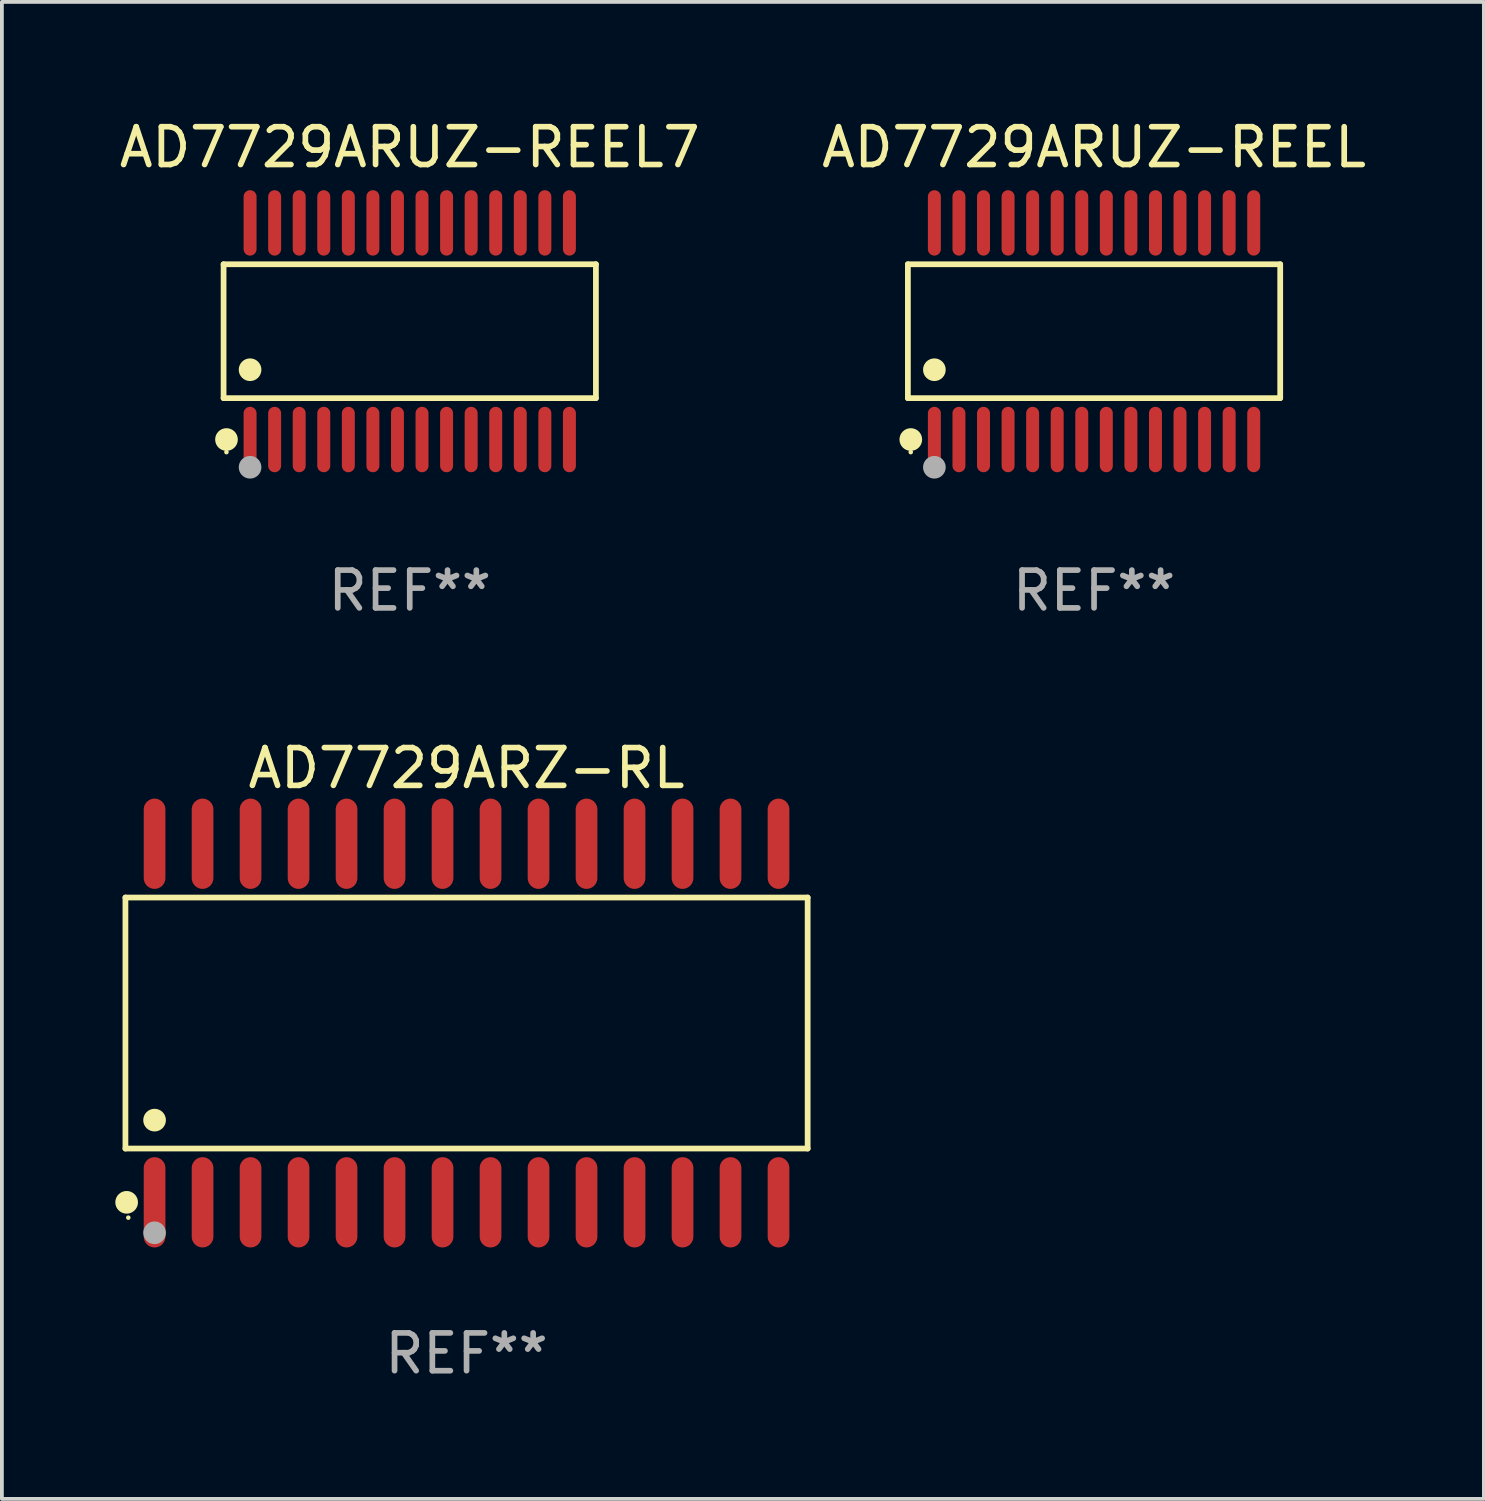
<source format=kicad_pcb>
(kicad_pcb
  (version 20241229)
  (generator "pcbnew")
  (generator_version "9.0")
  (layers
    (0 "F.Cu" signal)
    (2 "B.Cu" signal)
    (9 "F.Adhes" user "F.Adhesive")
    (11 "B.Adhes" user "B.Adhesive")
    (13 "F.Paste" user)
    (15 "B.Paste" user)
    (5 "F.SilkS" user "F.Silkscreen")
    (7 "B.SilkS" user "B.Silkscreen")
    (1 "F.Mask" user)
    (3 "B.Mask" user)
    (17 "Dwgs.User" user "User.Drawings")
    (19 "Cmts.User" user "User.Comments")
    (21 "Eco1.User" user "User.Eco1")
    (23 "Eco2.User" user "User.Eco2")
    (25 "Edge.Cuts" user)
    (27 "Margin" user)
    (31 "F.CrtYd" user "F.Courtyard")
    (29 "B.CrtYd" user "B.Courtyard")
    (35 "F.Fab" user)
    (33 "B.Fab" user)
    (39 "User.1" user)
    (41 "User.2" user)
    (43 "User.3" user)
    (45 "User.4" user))
  (footprint "AD7729ARZ-RL"
    (layer "F.Cu")
    (at 9.295 24.02)
    (property "Reference" "AD7729ARZ-RL" (at 0 -6.744 0) (layer "F.SilkS") (effects (font (size 1 1) (thickness 0.15))))
    (attr through_hole)
    (fp_line (start -9.026 -3.321) (end 9.026 -3.321) (stroke (width 0.152) (type solid)) (layer "F.SilkS"))
    (fp_line (start -9.026 3.321) (end -9.026 -3.321) (stroke (width 0.152) (type solid)) (layer "F.SilkS"))
    (fp_line (start 9.026 -3.321) (end 9.026 3.321) (stroke (width 0.152) (type solid)) (layer "F.SilkS"))
    (fp_line (start 9.026 3.321) (end -9.026 3.321) (stroke (width 0.152) (type solid)) (layer "F.SilkS"))
    (fp_circle (center -8.994 4.744) (end -8.844 4.744) (stroke (width 0.3) (type solid)) (fill no) (layer "F.SilkS"))
    (fp_circle (center -8.95 5.15) (end -8.92 5.15) (stroke (width 0.06) (type solid)) (fill no) (layer "F.SilkS"))
    (fp_circle (center -8.255 2.569) (end -8.105 2.569) (stroke (width 0.3) (type solid)) (fill no) (layer "F.SilkS"))
    (fp_circle (center -8.255 5.55) (end -8.105 5.55) (stroke (width 0.3) (type solid)) (fill no) (layer "F.Fab"))
    (fp_text user "REF**" (at 0 8.744 0) (layer "F.Fab") (effects (font (size 1 1) (thickness 0.15))))
    (pad "1" smd oval (at -8.255 4.744) (size 0.574 2.388) (layers "F.Cu" "F.Mask" "F.Paste"))
    (pad "2" smd oval (at -6.985 4.744) (size 0.574 2.388) (layers "F.Cu" "F.Mask" "F.Paste"))
    (pad "3" smd oval (at -5.715 4.744) (size 0.574 2.388) (layers "F.Cu" "F.Mask" "F.Paste"))
    (pad "4" smd oval (at -4.445 4.744) (size 0.574 2.388) (layers "F.Cu" "F.Mask" "F.Paste"))
    (pad "5" smd oval (at -3.175 4.744) (size 0.574 2.388) (layers "F.Cu" "F.Mask" "F.Paste"))
    (pad "6" smd oval (at -1.905 4.744) (size 0.574 2.388) (layers "F.Cu" "F.Mask" "F.Paste"))
    (pad "7" smd oval (at -0.635 4.744) (size 0.574 2.388) (layers "F.Cu" "F.Mask" "F.Paste"))
    (pad "8" smd oval (at 0.635 4.744) (size 0.574 2.388) (layers "F.Cu" "F.Mask" "F.Paste"))
    (pad "9" smd oval (at 1.905 4.744) (size 0.574 2.388) (layers "F.Cu" "F.Mask" "F.Paste"))
    (pad "10" smd oval (at 3.175 4.744) (size 0.574 2.388) (layers "F.Cu" "F.Mask" "F.Paste"))
    (pad "11" smd oval (at 4.445 4.744) (size 0.574 2.388) (layers "F.Cu" "F.Mask" "F.Paste"))
    (pad "12" smd oval (at 5.715 4.744) (size 0.574 2.388) (layers "F.Cu" "F.Mask" "F.Paste"))
    (pad "13" smd oval (at 6.985 4.744) (size 0.574 2.388) (layers "F.Cu" "F.Mask" "F.Paste"))
    (pad "14" smd oval (at 8.255 4.744) (size 0.574 2.388) (layers "F.Cu" "F.Mask" "F.Paste"))
    (pad "15" smd oval (at 8.255 -4.744) (size 0.574 2.388) (layers "F.Cu" "F.Mask" "F.Paste"))
    (pad "16" smd oval (at 6.985 -4.744) (size 0.574 2.388) (layers "F.Cu" "F.Mask" "F.Paste"))
    (pad "17" smd oval (at 5.715 -4.744) (size 0.574 2.388) (layers "F.Cu" "F.Mask" "F.Paste"))
    (pad "18" smd oval (at 4.445 -4.744) (size 0.574 2.388) (layers "F.Cu" "F.Mask" "F.Paste"))
    (pad "19" smd oval (at 3.175 -4.744) (size 0.574 2.388) (layers "F.Cu" "F.Mask" "F.Paste"))
    (pad "20" smd oval (at 1.905 -4.744) (size 0.574 2.388) (layers "F.Cu" "F.Mask" "F.Paste"))
    (pad "21" smd oval (at 0.635 -4.744) (size 0.574 2.388) (layers "F.Cu" "F.Mask" "F.Paste"))
    (pad "22" smd oval (at -0.635 -4.744) (size 0.574 2.388) (layers "F.Cu" "F.Mask" "F.Paste"))
    (pad "23" smd oval (at -1.905 -4.744) (size 0.574 2.388) (layers "F.Cu" "F.Mask" "F.Paste"))
    (pad "24" smd oval (at -3.175 -4.744) (size 0.574 2.388) (layers "F.Cu" "F.Mask" "F.Paste"))
    (pad "25" smd oval (at -4.445 -4.744) (size 0.574 2.388) (layers "F.Cu" "F.Mask" "F.Paste"))
    (pad "26" smd oval (at -5.715 -4.744) (size 0.574 2.388) (layers "F.Cu" "F.Mask" "F.Paste"))
    (pad "27" smd oval (at -6.985 -4.744) (size 0.574 2.388) (layers "F.Cu" "F.Mask" "F.Paste"))
    (pad "28" smd oval (at -8.255 -4.744) (size 0.574 2.388) (layers "F.Cu" "F.Mask" "F.Paste")))
  (footprint "AD7729ARUZ-REEL7"
    (layer "F.Cu")
    (at 7.792 5.714)
    (property "Reference" "AD7729ARUZ-REEL7" (at 0 -4.866 0) (layer "F.SilkS") (effects (font (size 1 1) (thickness 0.15))))
    (attr through_hole)
    (fp_line (start -4.926 -1.772) (end 4.926 -1.772) (stroke (width 0.152) (type solid)) (layer "F.SilkS"))
    (fp_line (start -4.926 1.771) (end -4.926 -1.772) (stroke (width 0.152) (type solid)) (layer "F.SilkS"))
    (fp_line (start 4.926 -1.772) (end 4.926 1.771) (stroke (width 0.152) (type solid)) (layer "F.SilkS"))
    (fp_line (start 4.926 1.771) (end -4.926 1.771) (stroke (width 0.152) (type solid)) (layer "F.SilkS"))
    (fp_circle (center -4.85 3.2) (end -4.82 3.2) (stroke (width 0.06) (type solid)) (fill no) (layer "F.SilkS"))
    (fp_circle (center -4.849 2.866) (end -4.699 2.866) (stroke (width 0.3) (type solid)) (fill no) (layer "F.SilkS"))
    (fp_circle (center -4.225 1.019) (end -4.075 1.019) (stroke (width 0.3) (type solid)) (fill no) (layer "F.SilkS"))
    (fp_circle (center -4.225 3.6) (end -4.075 3.6) (stroke (width 0.3) (type solid)) (fill no) (layer "F.Fab"))
    (fp_text user "REF**" (at 0 6.866 0) (layer "F.Fab") (effects (font (size 1 1) (thickness 0.15))))
    (pad "1" smd oval (at -4.225 2.866) (size 0.343 1.731) (layers "F.Cu" "F.Mask" "F.Paste"))
    (pad "2" smd oval (at -3.575 2.866) (size 0.343 1.731) (layers "F.Cu" "F.Mask" "F.Paste"))
    (pad "3" smd oval (at -2.925 2.866) (size 0.343 1.731) (layers "F.Cu" "F.Mask" "F.Paste"))
    (pad "4" smd oval (at -2.275 2.866) (size 0.343 1.731) (layers "F.Cu" "F.Mask" "F.Paste"))
    (pad "5" smd oval (at -1.625 2.866) (size 0.343 1.731) (layers "F.Cu" "F.Mask" "F.Paste"))
    (pad "6" smd oval (at -0.975 2.866) (size 0.343 1.731) (layers "F.Cu" "F.Mask" "F.Paste"))
    (pad "7" smd oval (at -0.325 2.866) (size 0.343 1.731) (layers "F.Cu" "F.Mask" "F.Paste"))
    (pad "8" smd oval (at 0.325 2.866) (size 0.343 1.731) (layers "F.Cu" "F.Mask" "F.Paste"))
    (pad "9" smd oval (at 0.975 2.866) (size 0.343 1.731) (layers "F.Cu" "F.Mask" "F.Paste"))
    (pad "10" smd oval (at 1.625 2.866) (size 0.343 1.731) (layers "F.Cu" "F.Mask" "F.Paste"))
    (pad "11" smd oval (at 2.275 2.866) (size 0.343 1.731) (layers "F.Cu" "F.Mask" "F.Paste"))
    (pad "12" smd oval (at 2.925 2.866) (size 0.343 1.731) (layers "F.Cu" "F.Mask" "F.Paste"))
    (pad "13" smd oval (at 3.575 2.866) (size 0.343 1.731) (layers "F.Cu" "F.Mask" "F.Paste"))
    (pad "14" smd oval (at 4.225 2.866) (size 0.343 1.731) (layers "F.Cu" "F.Mask" "F.Paste"))
    (pad "15" smd oval (at 4.225 -2.866) (size 0.343 1.731) (layers "F.Cu" "F.Mask" "F.Paste"))
    (pad "16" smd oval (at 3.575 -2.866) (size 0.343 1.731) (layers "F.Cu" "F.Mask" "F.Paste"))
    (pad "17" smd oval (at 2.925 -2.866) (size 0.343 1.731) (layers "F.Cu" "F.Mask" "F.Paste"))
    (pad "18" smd oval (at 2.275 -2.866) (size 0.343 1.731) (layers "F.Cu" "F.Mask" "F.Paste"))
    (pad "19" smd oval (at 1.625 -2.866) (size 0.343 1.731) (layers "F.Cu" "F.Mask" "F.Paste"))
    (pad "20" smd oval (at 0.975 -2.866) (size 0.343 1.731) (layers "F.Cu" "F.Mask" "F.Paste"))
    (pad "21" smd oval (at 0.325 -2.866) (size 0.343 1.731) (layers "F.Cu" "F.Mask" "F.Paste"))
    (pad "22" smd oval (at -0.325 -2.866) (size 0.343 1.731) (layers "F.Cu" "F.Mask" "F.Paste"))
    (pad "23" smd oval (at -0.975 -2.866) (size 0.343 1.731) (layers "F.Cu" "F.Mask" "F.Paste"))
    (pad "24" smd oval (at -1.625 -2.866) (size 0.343 1.731) (layers "F.Cu" "F.Mask" "F.Paste"))
    (pad "25" smd oval (at -2.275 -2.866) (size 0.343 1.731) (layers "F.Cu" "F.Mask" "F.Paste"))
    (pad "26" smd oval (at -2.925 -2.866) (size 0.343 1.731) (layers "F.Cu" "F.Mask" "F.Paste"))
    (pad "27" smd oval (at -3.575 -2.866) (size 0.343 1.731) (layers "F.Cu" "F.Mask" "F.Paste"))
    (pad "28" smd oval (at -4.225 -2.866) (size 0.343 1.731) (layers "F.Cu" "F.Mask" "F.Paste")))
  (footprint "AD7729ARUZ-REEL"
    (layer "F.Cu")
    (at 25.899 5.714)
    (property "Reference" "AD7729ARUZ-REEL" (at 0 -4.866 0) (layer "F.SilkS") (effects (font (size 1 1) (thickness 0.15))))
    (attr through_hole)
    (fp_line (start -4.926 -1.772) (end 4.926 -1.772) (stroke (width 0.152) (type solid)) (layer "F.SilkS"))
    (fp_line (start -4.926 1.771) (end -4.926 -1.772) (stroke (width 0.152) (type solid)) (layer "F.SilkS"))
    (fp_line (start 4.926 -1.772) (end 4.926 1.771) (stroke (width 0.152) (type solid)) (layer "F.SilkS"))
    (fp_line (start 4.926 1.771) (end -4.926 1.771) (stroke (width 0.152) (type solid)) (layer "F.SilkS"))
    (fp_circle (center -4.85 3.2) (end -4.82 3.2) (stroke (width 0.06) (type solid)) (fill no) (layer "F.SilkS"))
    (fp_circle (center -4.849 2.866) (end -4.699 2.866) (stroke (width 0.3) (type solid)) (fill no) (layer "F.SilkS"))
    (fp_circle (center -4.225 1.019) (end -4.075 1.019) (stroke (width 0.3) (type solid)) (fill no) (layer "F.SilkS"))
    (fp_circle (center -4.225 3.6) (end -4.075 3.6) (stroke (width 0.3) (type solid)) (fill no) (layer "F.Fab"))
    (fp_text user "REF**" (at 0 6.866 0) (layer "F.Fab") (effects (font (size 1 1) (thickness 0.15))))
    (pad "1" smd oval (at -4.225 2.866) (size 0.343 1.731) (layers "F.Cu" "F.Mask" "F.Paste"))
    (pad "2" smd oval (at -3.575 2.866) (size 0.343 1.731) (layers "F.Cu" "F.Mask" "F.Paste"))
    (pad "3" smd oval (at -2.925 2.866) (size 0.343 1.731) (layers "F.Cu" "F.Mask" "F.Paste"))
    (pad "4" smd oval (at -2.275 2.866) (size 0.343 1.731) (layers "F.Cu" "F.Mask" "F.Paste"))
    (pad "5" smd oval (at -1.625 2.866) (size 0.343 1.731) (layers "F.Cu" "F.Mask" "F.Paste"))
    (pad "6" smd oval (at -0.975 2.866) (size 0.343 1.731) (layers "F.Cu" "F.Mask" "F.Paste"))
    (pad "7" smd oval (at -0.325 2.866) (size 0.343 1.731) (layers "F.Cu" "F.Mask" "F.Paste"))
    (pad "8" smd oval (at 0.325 2.866) (size 0.343 1.731) (layers "F.Cu" "F.Mask" "F.Paste"))
    (pad "9" smd oval (at 0.975 2.866) (size 0.343 1.731) (layers "F.Cu" "F.Mask" "F.Paste"))
    (pad "10" smd oval (at 1.625 2.866) (size 0.343 1.731) (layers "F.Cu" "F.Mask" "F.Paste"))
    (pad "11" smd oval (at 2.275 2.866) (size 0.343 1.731) (layers "F.Cu" "F.Mask" "F.Paste"))
    (pad "12" smd oval (at 2.925 2.866) (size 0.343 1.731) (layers "F.Cu" "F.Mask" "F.Paste"))
    (pad "13" smd oval (at 3.575 2.866) (size 0.343 1.731) (layers "F.Cu" "F.Mask" "F.Paste"))
    (pad "14" smd oval (at 4.225 2.866) (size 0.343 1.731) (layers "F.Cu" "F.Mask" "F.Paste"))
    (pad "15" smd oval (at 4.225 -2.866) (size 0.343 1.731) (layers "F.Cu" "F.Mask" "F.Paste"))
    (pad "16" smd oval (at 3.575 -2.866) (size 0.343 1.731) (layers "F.Cu" "F.Mask" "F.Paste"))
    (pad "17" smd oval (at 2.925 -2.866) (size 0.343 1.731) (layers "F.Cu" "F.Mask" "F.Paste"))
    (pad "18" smd oval (at 2.275 -2.866) (size 0.343 1.731) (layers "F.Cu" "F.Mask" "F.Paste"))
    (pad "19" smd oval (at 1.625 -2.866) (size 0.343 1.731) (layers "F.Cu" "F.Mask" "F.Paste"))
    (pad "20" smd oval (at 0.975 -2.866) (size 0.343 1.731) (layers "F.Cu" "F.Mask" "F.Paste"))
    (pad "21" smd oval (at 0.325 -2.866) (size 0.343 1.731) (layers "F.Cu" "F.Mask" "F.Paste"))
    (pad "22" smd oval (at -0.325 -2.866) (size 0.343 1.731) (layers "F.Cu" "F.Mask" "F.Paste"))
    (pad "23" smd oval (at -0.975 -2.866) (size 0.343 1.731) (layers "F.Cu" "F.Mask" "F.Paste"))
    (pad "24" smd oval (at -1.625 -2.866) (size 0.343 1.731) (layers "F.Cu" "F.Mask" "F.Paste"))
    (pad "25" smd oval (at -2.275 -2.866) (size 0.343 1.731) (layers "F.Cu" "F.Mask" "F.Paste"))
    (pad "26" smd oval (at -2.925 -2.866) (size 0.343 1.731) (layers "F.Cu" "F.Mask" "F.Paste"))
    (pad "27" smd oval (at -3.575 -2.866) (size 0.343 1.731) (layers "F.Cu" "F.Mask" "F.Paste"))
    (pad "28" smd oval (at -4.225 -2.866) (size 0.343 1.731) (layers "F.Cu" "F.Mask" "F.Paste")))
  (gr_rect
    (start -3 -3)
    (end 36.214 36.612)
    (stroke (width 0.1) (type default))
    (fill no)
    (layer "Edge.Cuts")))
</source>
